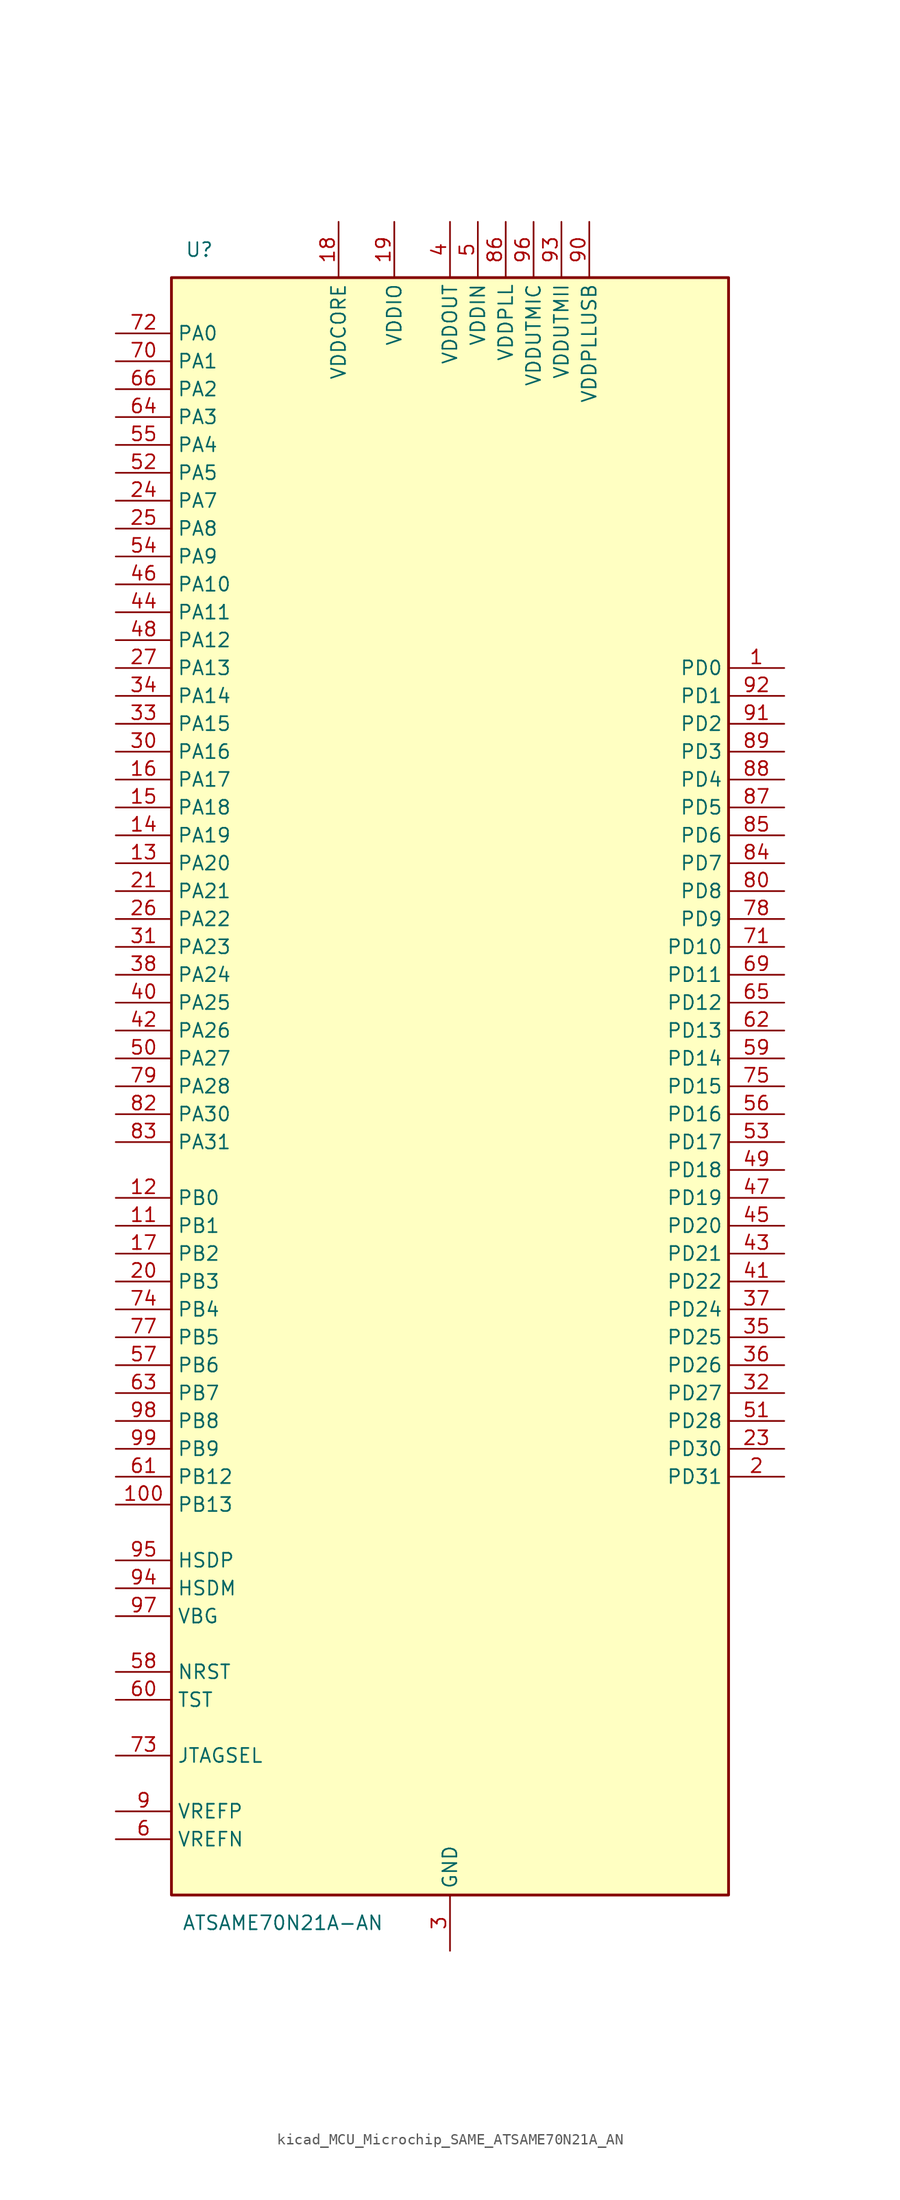
<source format=kicad_sym>
(kicad_symbol_lib
  (version 20220914)
  (generator kicad_symbol_editor)
  (symbol "kicad_MCU_Microchip_SAME_ATSAME70N21A_AN"
    (property "Reference" "U"
      (at -22.86 76.2 0)
      (effects (font (size 1.27 1.27))))
    (property "Value" "ATSAME70N21A-AN"
      (at -15.24 -76.2 0)
      (effects (font (size 1.27 1.27))))
    (symbol "kicad_MCU_Microchip_SAME_ATSAME70N21A_AN_0_1"
      (rectangle (start 25.4 73.66) (end -25.4 -73.66) (stroke (width 0.254) (type default)) (fill (type background))))
    (symbol "kicad_MCU_Microchip_SAME_ATSAME70N21A_AN_1_1"
      (pin bidirectional line (at 30.48 38.1 180) (length 5.08) (name "PD0" (effects (font (size 1.27 1.27)))) (number "1" (effects (font (size 1.27 1.27)))))
      (pin passive line (at 0 -78.74 90) (length 5.08) hide (name "GND" (effects (font (size 1.27 1.27)))) (number "10" (effects (font (size 1.27 1.27)))))
      (pin bidirectional line (at -30.48 -38.1 0) (length 5.08) (name "PB13" (effects (font (size 1.27 1.27)))) (number "100" (effects (font (size 1.27 1.27)))))
      (pin bidirectional line (at -30.48 -12.7 0) (length 5.08) (name "PB1" (effects (font (size 1.27 1.27)))) (number "11" (effects (font (size 1.27 1.27)))))
      (pin bidirectional line (at -30.48 -10.16 0) (length 5.08) (name "PB0" (effects (font (size 1.27 1.27)))) (number "12" (effects (font (size 1.27 1.27)))))
      (pin bidirectional line (at -30.48 20.32 0) (length 5.08) (name "PA20" (effects (font (size 1.27 1.27)))) (number "13" (effects (font (size 1.27 1.27)))))
      (pin bidirectional line (at -30.48 22.86 0) (length 5.08) (name "PA19" (effects (font (size 1.27 1.27)))) (number "14" (effects (font (size 1.27 1.27)))))
      (pin bidirectional line (at -30.48 25.4 0) (length 5.08) (name "PA18" (effects (font (size 1.27 1.27)))) (number "15" (effects (font (size 1.27 1.27)))))
      (pin bidirectional line (at -30.48 27.94 0) (length 5.08) (name "PA17" (effects (font (size 1.27 1.27)))) (number "16" (effects (font (size 1.27 1.27)))))
      (pin bidirectional line (at -30.48 -15.24 0) (length 5.08) (name "PB2" (effects (font (size 1.27 1.27)))) (number "17" (effects (font (size 1.27 1.27)))))
      (pin power_in line (at -10.16 78.74 270) (length 5.08) (name "VDDCORE" (effects (font (size 1.27 1.27)))) (number "18" (effects (font (size 1.27 1.27)))))
      (pin power_in line (at -5.08 78.74 270) (length 5.08) (name "VDDIO" (effects (font (size 1.27 1.27)))) (number "19" (effects (font (size 1.27 1.27)))))
      (pin bidirectional line (at 30.48 -35.56 180) (length 5.08) (name "PD31" (effects (font (size 1.27 1.27)))) (number "2" (effects (font (size 1.27 1.27)))))
      (pin bidirectional line (at -30.48 -17.78 0) (length 5.08) (name "PB3" (effects (font (size 1.27 1.27)))) (number "20" (effects (font (size 1.27 1.27)))))
      (pin bidirectional line (at -30.48 17.78 0) (length 5.08) (name "PA21" (effects (font (size 1.27 1.27)))) (number "21" (effects (font (size 1.27 1.27)))))
      (pin passive line (at -10.16 78.74 270) (length 5.08) hide (name "VDDCORE" (effects (font (size 1.27 1.27)))) (number "22" (effects (font (size 1.27 1.27)))))
      (pin bidirectional line (at 30.48 -33.02 180) (length 5.08) (name "PD30" (effects (font (size 1.27 1.27)))) (number "23" (effects (font (size 1.27 1.27)))))
      (pin bidirectional line (at -30.48 53.34 0) (length 5.08) (name "PA7" (effects (font (size 1.27 1.27)))) (number "24" (effects (font (size 1.27 1.27)))))
      (pin bidirectional line (at -30.48 50.8 0) (length 5.08) (name "PA8" (effects (font (size 1.27 1.27)))) (number "25" (effects (font (size 1.27 1.27)))))
      (pin bidirectional line (at -30.48 15.24 0) (length 5.08) (name "PA22" (effects (font (size 1.27 1.27)))) (number "26" (effects (font (size 1.27 1.27)))))
      (pin bidirectional line (at -30.48 38.1 0) (length 5.08) (name "PA13" (effects (font (size 1.27 1.27)))) (number "27" (effects (font (size 1.27 1.27)))))
      (pin passive line (at -5.08 78.74 270) (length 5.08) hide (name "VDDIO" (effects (font (size 1.27 1.27)))) (number "28" (effects (font (size 1.27 1.27)))))
      (pin passive line (at 0 -78.74 90) (length 5.08) hide (name "GND" (effects (font (size 1.27 1.27)))) (number "29" (effects (font (size 1.27 1.27)))))
      (pin power_in line (at 0 -78.74 90) (length 5.08) (name "GND" (effects (font (size 1.27 1.27)))) (number "3" (effects (font (size 1.27 1.27)))))
      (pin bidirectional line (at -30.48 30.48 0) (length 5.08) (name "PA16" (effects (font (size 1.27 1.27)))) (number "30" (effects (font (size 1.27 1.27)))))
      (pin bidirectional line (at -30.48 12.7 0) (length 5.08) (name "PA23" (effects (font (size 1.27 1.27)))) (number "31" (effects (font (size 1.27 1.27)))))
      (pin bidirectional line (at 30.48 -27.94 180) (length 5.08) (name "PD27" (effects (font (size 1.27 1.27)))) (number "32" (effects (font (size 1.27 1.27)))))
      (pin bidirectional line (at -30.48 33.02 0) (length 5.08) (name "PA15" (effects (font (size 1.27 1.27)))) (number "33" (effects (font (size 1.27 1.27)))))
      (pin bidirectional line (at -30.48 35.56 0) (length 5.08) (name "PA14" (effects (font (size 1.27 1.27)))) (number "34" (effects (font (size 1.27 1.27)))))
      (pin bidirectional line (at 30.48 -22.86 180) (length 5.08) (name "PD25" (effects (font (size 1.27 1.27)))) (number "35" (effects (font (size 1.27 1.27)))))
      (pin bidirectional line (at 30.48 -25.4 180) (length 5.08) (name "PD26" (effects (font (size 1.27 1.27)))) (number "36" (effects (font (size 1.27 1.27)))))
      (pin bidirectional line (at 30.48 -20.32 180) (length 5.08) (name "PD24" (effects (font (size 1.27 1.27)))) (number "37" (effects (font (size 1.27 1.27)))))
      (pin bidirectional line (at -30.48 10.16 0) (length 5.08) (name "PA24" (effects (font (size 1.27 1.27)))) (number "38" (effects (font (size 1.27 1.27)))))
      (pin passive line (at -10.16 78.74 270) (length 5.08) hide (name "VDDCORE" (effects (font (size 1.27 1.27)))) (number "39" (effects (font (size 1.27 1.27)))))
      (pin power_in line (at 0 78.74 270) (length 5.08) (name "VDDOUT" (effects (font (size 1.27 1.27)))) (number "4" (effects (font (size 1.27 1.27)))))
      (pin bidirectional line (at -30.48 7.62 0) (length 5.08) (name "PA25" (effects (font (size 1.27 1.27)))) (number "40" (effects (font (size 1.27 1.27)))))
      (pin bidirectional line (at 30.48 -17.78 180) (length 5.08) (name "PD22" (effects (font (size 1.27 1.27)))) (number "41" (effects (font (size 1.27 1.27)))))
      (pin bidirectional line (at -30.48 5.08 0) (length 5.08) (name "PA26" (effects (font (size 1.27 1.27)))) (number "42" (effects (font (size 1.27 1.27)))))
      (pin bidirectional line (at 30.48 -15.24 180) (length 5.08) (name "PD21" (effects (font (size 1.27 1.27)))) (number "43" (effects (font (size 1.27 1.27)))))
      (pin bidirectional line (at -30.48 43.18 0) (length 5.08) (name "PA11" (effects (font (size 1.27 1.27)))) (number "44" (effects (font (size 1.27 1.27)))))
      (pin bidirectional line (at 30.48 -12.7 180) (length 5.08) (name "PD20" (effects (font (size 1.27 1.27)))) (number "45" (effects (font (size 1.27 1.27)))))
      (pin bidirectional line (at -30.48 45.72 0) (length 5.08) (name "PA10" (effects (font (size 1.27 1.27)))) (number "46" (effects (font (size 1.27 1.27)))))
      (pin bidirectional line (at 30.48 -10.16 180) (length 5.08) (name "PD19" (effects (font (size 1.27 1.27)))) (number "47" (effects (font (size 1.27 1.27)))))
      (pin bidirectional line (at -30.48 40.64 0) (length 5.08) (name "PA12" (effects (font (size 1.27 1.27)))) (number "48" (effects (font (size 1.27 1.27)))))
      (pin bidirectional line (at 30.48 -7.62 180) (length 5.08) (name "PD18" (effects (font (size 1.27 1.27)))) (number "49" (effects (font (size 1.27 1.27)))))
      (pin power_in line (at 2.54 78.74 270) (length 5.08) (name "VDDIN" (effects (font (size 1.27 1.27)))) (number "5" (effects (font (size 1.27 1.27)))))
      (pin bidirectional line (at -30.48 2.54 0) (length 5.08) (name "PA27" (effects (font (size 1.27 1.27)))) (number "50" (effects (font (size 1.27 1.27)))))
      (pin bidirectional line (at 30.48 -30.48 180) (length 5.08) (name "PD28" (effects (font (size 1.27 1.27)))) (number "51" (effects (font (size 1.27 1.27)))))
      (pin bidirectional line (at -30.48 55.88 0) (length 5.08) (name "PA5" (effects (font (size 1.27 1.27)))) (number "52" (effects (font (size 1.27 1.27)))))
      (pin bidirectional line (at 30.48 -5.08 180) (length 5.08) (name "PD17" (effects (font (size 1.27 1.27)))) (number "53" (effects (font (size 1.27 1.27)))))
      (pin bidirectional line (at -30.48 48.26 0) (length 5.08) (name "PA9" (effects (font (size 1.27 1.27)))) (number "54" (effects (font (size 1.27 1.27)))))
      (pin bidirectional line (at -30.48 58.42 0) (length 5.08) (name "PA4" (effects (font (size 1.27 1.27)))) (number "55" (effects (font (size 1.27 1.27)))))
      (pin bidirectional line (at 30.48 -2.54 180) (length 5.08) (name "PD16" (effects (font (size 1.27 1.27)))) (number "56" (effects (font (size 1.27 1.27)))))
      (pin bidirectional line (at -30.48 -25.4 0) (length 5.08) (name "PB6" (effects (font (size 1.27 1.27)))) (number "57" (effects (font (size 1.27 1.27)))))
      (pin bidirectional line (at -30.48 -53.34 0) (length 5.08) (name "NRST" (effects (font (size 1.27 1.27)))) (number "58" (effects (font (size 1.27 1.27)))))
      (pin bidirectional line (at 30.48 2.54 180) (length 5.08) (name "PD14" (effects (font (size 1.27 1.27)))) (number "59" (effects (font (size 1.27 1.27)))))
      (pin input line (at -30.48 -68.58 0) (length 5.08) (name "VREFN" (effects (font (size 1.27 1.27)))) (number "6" (effects (font (size 1.27 1.27)))))
      (pin input line (at -30.48 -55.88 0) (length 5.08) (name "TST" (effects (font (size 1.27 1.27)))) (number "60" (effects (font (size 1.27 1.27)))))
      (pin bidirectional line (at -30.48 -35.56 0) (length 5.08) (name "PB12" (effects (font (size 1.27 1.27)))) (number "61" (effects (font (size 1.27 1.27)))))
      (pin bidirectional line (at 30.48 5.08 180) (length 5.08) (name "PD13" (effects (font (size 1.27 1.27)))) (number "62" (effects (font (size 1.27 1.27)))))
      (pin bidirectional line (at -30.48 -27.94 0) (length 5.08) (name "PB7" (effects (font (size 1.27 1.27)))) (number "63" (effects (font (size 1.27 1.27)))))
      (pin bidirectional line (at -30.48 60.96 0) (length 5.08) (name "PA3" (effects (font (size 1.27 1.27)))) (number "64" (effects (font (size 1.27 1.27)))))
      (pin bidirectional line (at 30.48 7.62 180) (length 5.08) (name "PD12" (effects (font (size 1.27 1.27)))) (number "65" (effects (font (size 1.27 1.27)))))
      (pin bidirectional line (at -30.48 63.5 0) (length 5.08) (name "PA2" (effects (font (size 1.27 1.27)))) (number "66" (effects (font (size 1.27 1.27)))))
      (pin passive line (at 0 -78.74 90) (length 5.08) hide (name "GND" (effects (font (size 1.27 1.27)))) (number "67" (effects (font (size 1.27 1.27)))))
      (pin passive line (at -5.08 78.74 270) (length 5.08) hide (name "VDDIO" (effects (font (size 1.27 1.27)))) (number "68" (effects (font (size 1.27 1.27)))))
      (pin bidirectional line (at 30.48 10.16 180) (length 5.08) (name "PD11" (effects (font (size 1.27 1.27)))) (number "69" (effects (font (size 1.27 1.27)))))
      (pin passive line (at 0 -78.74 90) (length 5.08) hide (name "GND" (effects (font (size 1.27 1.27)))) (number "7" (effects (font (size 1.27 1.27)))))
      (pin bidirectional line (at -30.48 66.04 0) (length 5.08) (name "PA1" (effects (font (size 1.27 1.27)))) (number "70" (effects (font (size 1.27 1.27)))))
      (pin bidirectional line (at 30.48 12.7 180) (length 5.08) (name "PD10" (effects (font (size 1.27 1.27)))) (number "71" (effects (font (size 1.27 1.27)))))
      (pin bidirectional line (at -30.48 68.58 0) (length 5.08) (name "PA0" (effects (font (size 1.27 1.27)))) (number "72" (effects (font (size 1.27 1.27)))))
      (pin input line (at -30.48 -60.96 0) (length 5.08) (name "JTAGSEL" (effects (font (size 1.27 1.27)))) (number "73" (effects (font (size 1.27 1.27)))))
      (pin bidirectional line (at -30.48 -20.32 0) (length 5.08) (name "PB4" (effects (font (size 1.27 1.27)))) (number "74" (effects (font (size 1.27 1.27)))))
      (pin bidirectional line (at 30.48 0 180) (length 5.08) (name "PD15" (effects (font (size 1.27 1.27)))) (number "75" (effects (font (size 1.27 1.27)))))
      (pin passive line (at -10.16 78.74 270) (length 5.08) hide (name "VDDCORE" (effects (font (size 1.27 1.27)))) (number "76" (effects (font (size 1.27 1.27)))))
      (pin bidirectional line (at -30.48 -22.86 0) (length 5.08) (name "PB5" (effects (font (size 1.27 1.27)))) (number "77" (effects (font (size 1.27 1.27)))))
      (pin bidirectional line (at 30.48 15.24 180) (length 5.08) (name "PD9" (effects (font (size 1.27 1.27)))) (number "78" (effects (font (size 1.27 1.27)))))
      (pin bidirectional line (at -30.48 0 0) (length 5.08) (name "PA28" (effects (font (size 1.27 1.27)))) (number "79" (effects (font (size 1.27 1.27)))))
      (pin passive line (at 0 -78.74 90) (length 5.08) hide (name "GND" (effects (font (size 1.27 1.27)))) (number "8" (effects (font (size 1.27 1.27)))))
      (pin bidirectional line (at 30.48 17.78 180) (length 5.08) (name "PD8" (effects (font (size 1.27 1.27)))) (number "80" (effects (font (size 1.27 1.27)))))
      (pin passive line (at -5.08 78.74 270) (length 5.08) hide (name "VDDIO" (effects (font (size 1.27 1.27)))) (number "81" (effects (font (size 1.27 1.27)))))
      (pin bidirectional line (at -30.48 -2.54 0) (length 5.08) (name "PA30" (effects (font (size 1.27 1.27)))) (number "82" (effects (font (size 1.27 1.27)))))
      (pin bidirectional line (at -30.48 -5.08 0) (length 5.08) (name "PA31" (effects (font (size 1.27 1.27)))) (number "83" (effects (font (size 1.27 1.27)))))
      (pin bidirectional line (at 30.48 20.32 180) (length 5.08) (name "PD7" (effects (font (size 1.27 1.27)))) (number "84" (effects (font (size 1.27 1.27)))))
      (pin bidirectional line (at 30.48 22.86 180) (length 5.08) (name "PD6" (effects (font (size 1.27 1.27)))) (number "85" (effects (font (size 1.27 1.27)))))
      (pin power_in line (at 5.08 78.74 270) (length 5.08) (name "VDDPLL" (effects (font (size 1.27 1.27)))) (number "86" (effects (font (size 1.27 1.27)))))
      (pin bidirectional line (at 30.48 25.4 180) (length 5.08) (name "PD5" (effects (font (size 1.27 1.27)))) (number "87" (effects (font (size 1.27 1.27)))))
      (pin bidirectional line (at 30.48 27.94 180) (length 5.08) (name "PD4" (effects (font (size 1.27 1.27)))) (number "88" (effects (font (size 1.27 1.27)))))
      (pin bidirectional line (at 30.48 30.48 180) (length 5.08) (name "PD3" (effects (font (size 1.27 1.27)))) (number "89" (effects (font (size 1.27 1.27)))))
      (pin input line (at -30.48 -66.04 0) (length 5.08) (name "VREFP" (effects (font (size 1.27 1.27)))) (number "9" (effects (font (size 1.27 1.27)))))
      (pin power_in line (at 12.7 78.74 270) (length 5.08) (name "VDDPLLUSB" (effects (font (size 1.27 1.27)))) (number "90" (effects (font (size 1.27 1.27)))))
      (pin bidirectional line (at 30.48 33.02 180) (length 5.08) (name "PD2" (effects (font (size 1.27 1.27)))) (number "91" (effects (font (size 1.27 1.27)))))
      (pin bidirectional line (at 30.48 35.56 180) (length 5.08) (name "PD1" (effects (font (size 1.27 1.27)))) (number "92" (effects (font (size 1.27 1.27)))))
      (pin power_in line (at 10.16 78.74 270) (length 5.08) (name "VDDUTMII" (effects (font (size 1.27 1.27)))) (number "93" (effects (font (size 1.27 1.27)))))
      (pin bidirectional line (at -30.48 -45.72 0) (length 5.08) (name "HSDM" (effects (font (size 1.27 1.27)))) (number "94" (effects (font (size 1.27 1.27)))))
      (pin bidirectional line (at -30.48 -43.18 0) (length 5.08) (name "HSDP" (effects (font (size 1.27 1.27)))) (number "95" (effects (font (size 1.27 1.27)))))
      (pin power_in line (at 7.62 78.74 270) (length 5.08) (name "VDDUTMIC" (effects (font (size 1.27 1.27)))) (number "96" (effects (font (size 1.27 1.27)))))
      (pin input line (at -30.48 -48.26 0) (length 5.08) (name "VBG" (effects (font (size 1.27 1.27)))) (number "97" (effects (font (size 1.27 1.27)))))
      (pin bidirectional line (at -30.48 -30.48 0) (length 5.08) (name "PB8" (effects (font (size 1.27 1.27)))) (number "98" (effects (font (size 1.27 1.27)))))
      (pin bidirectional line (at -30.48 -33.02 0) (length 5.08) (name "PB9" (effects (font (size 1.27 1.27)))) (number "99" (effects (font (size 1.27 1.27))))))))
</source>
